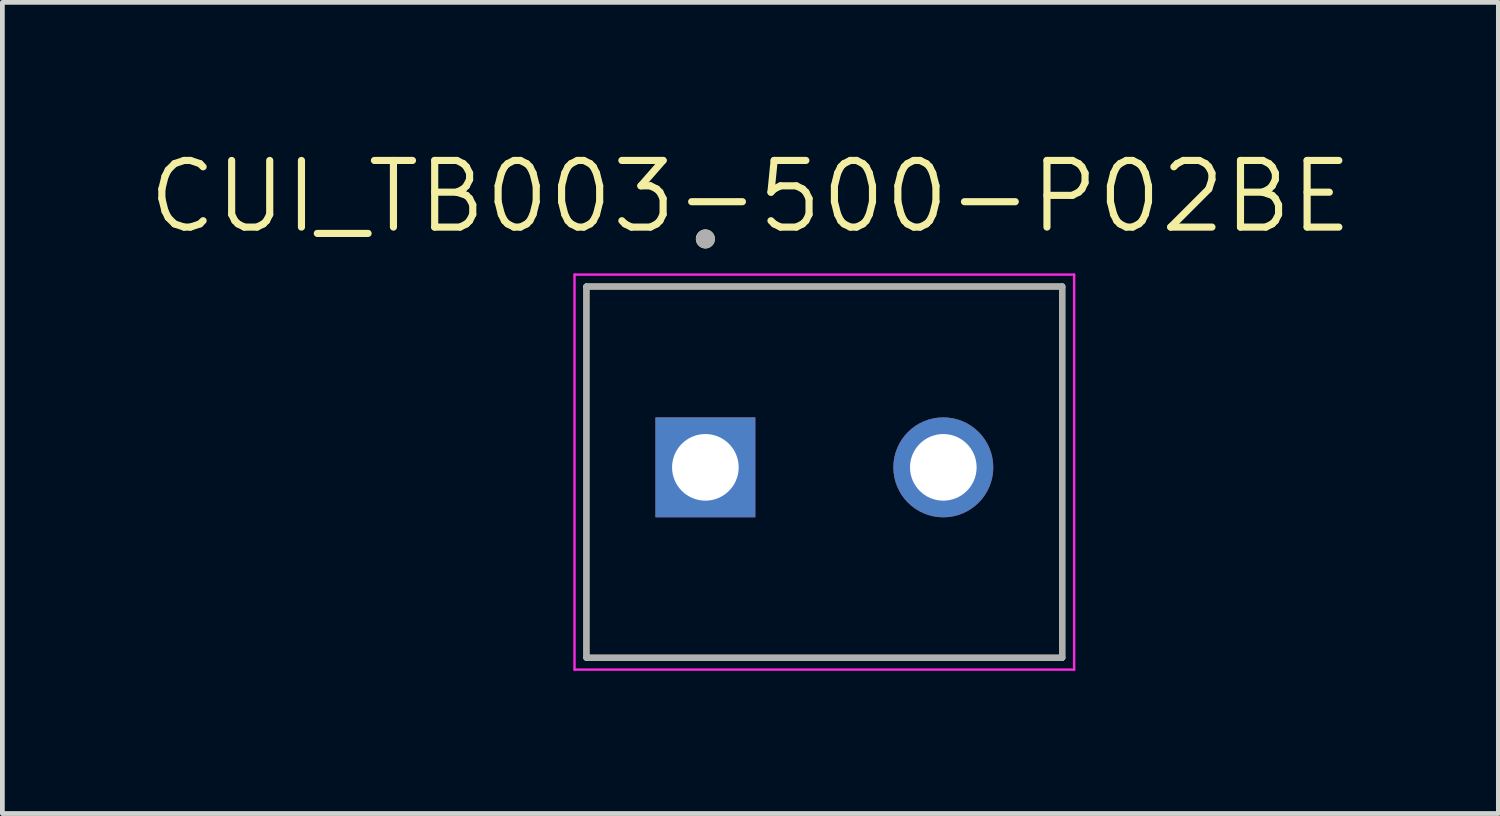
<source format=kicad_pcb>
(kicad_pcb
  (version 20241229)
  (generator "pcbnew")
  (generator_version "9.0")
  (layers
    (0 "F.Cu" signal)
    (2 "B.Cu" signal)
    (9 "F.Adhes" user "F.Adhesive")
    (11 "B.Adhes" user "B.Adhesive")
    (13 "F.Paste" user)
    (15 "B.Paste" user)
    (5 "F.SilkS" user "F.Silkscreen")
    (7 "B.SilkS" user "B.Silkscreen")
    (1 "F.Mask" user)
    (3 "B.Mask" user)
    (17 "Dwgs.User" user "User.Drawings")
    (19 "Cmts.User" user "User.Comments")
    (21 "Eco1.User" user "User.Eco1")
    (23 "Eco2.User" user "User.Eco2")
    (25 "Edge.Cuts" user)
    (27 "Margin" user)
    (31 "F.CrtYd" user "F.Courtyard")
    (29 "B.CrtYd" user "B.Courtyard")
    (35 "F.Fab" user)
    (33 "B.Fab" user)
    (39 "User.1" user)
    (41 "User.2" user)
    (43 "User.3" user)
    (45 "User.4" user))
  (footprint "CUI_TB003-500-P02BE"
    (layer "F.Cu")
    (at 11.773 6.771)
    (property "Reference" "CUI_TB003-500-P02BE" (at 0.945 -5.689 0) (layer "F.SilkS") (effects (font (size 1.4 1.4) (thickness 0.15))))
    (attr through_hole)
    (fp_line (start -2.5 -3.8) (end 7.5 -3.8) (stroke (width 0.127) (type solid)) (layer "F.SilkS"))
    (fp_line (start -2.5 4) (end -2.5 -3.8) (stroke (width 0.127) (type solid)) (layer "F.SilkS"))
    (fp_line (start 7.5 -3.8) (end 7.5 4) (stroke (width 0.127) (type solid)) (layer "F.SilkS"))
    (fp_line (start 7.5 4) (end -2.5 4) (stroke (width 0.127) (type solid)) (layer "F.SilkS"))
    (fp_circle (center 0 -4.8) (end 0.1 -4.8) (stroke (width 0.2) (type solid)) (fill no) (layer "F.SilkS"))
    (fp_line (start -2.75 -4.05) (end 7.75 -4.05) (stroke (width 0.05) (type solid)) (layer "F.CrtYd"))
    (fp_line (start -2.75 4.25) (end -2.75 -4.05) (stroke (width 0.05) (type solid)) (layer "F.CrtYd"))
    (fp_line (start 7.75 -4.05) (end 7.75 4.25) (stroke (width 0.05) (type solid)) (layer "F.CrtYd"))
    (fp_line (start 7.75 4.25) (end -2.75 4.25) (stroke (width 0.05) (type solid)) (layer "F.CrtYd"))
    (fp_line (start -2.5 -3.8) (end 7.5 -3.8) (stroke (width 0.127) (type solid)) (layer "F.Fab"))
    (fp_line (start -2.5 4) (end -2.5 -3.8) (stroke (width 0.127) (type solid)) (layer "F.Fab"))
    (fp_line (start 7.5 -3.8) (end 7.5 4) (stroke (width 0.127) (type solid)) (layer "F.Fab"))
    (fp_line (start 7.5 4) (end -2.5 4) (stroke (width 0.127) (type solid)) (layer "F.Fab"))
    (fp_circle (center 0 -4.8) (end 0.1 -4.8) (stroke (width 0.2) (type solid)) (fill no) (layer "F.Fab"))
    (pad "1" thru_hole rect (at 0 0) (size 2.1 2.1) (drill 1.4) (layers "*.Cu" "*.Mask"))
    (pad "2" thru_hole circle (at 5 0) (size 2.1 2.1) (drill 1.4) (layers "*.Cu" "*.Mask")))
  (gr_rect
    (start -3 -3)
    (end 28.437 14.046)
    (stroke (width 0.1) (type default))
    (fill no)
    (layer "Edge.Cuts")))
</source>
